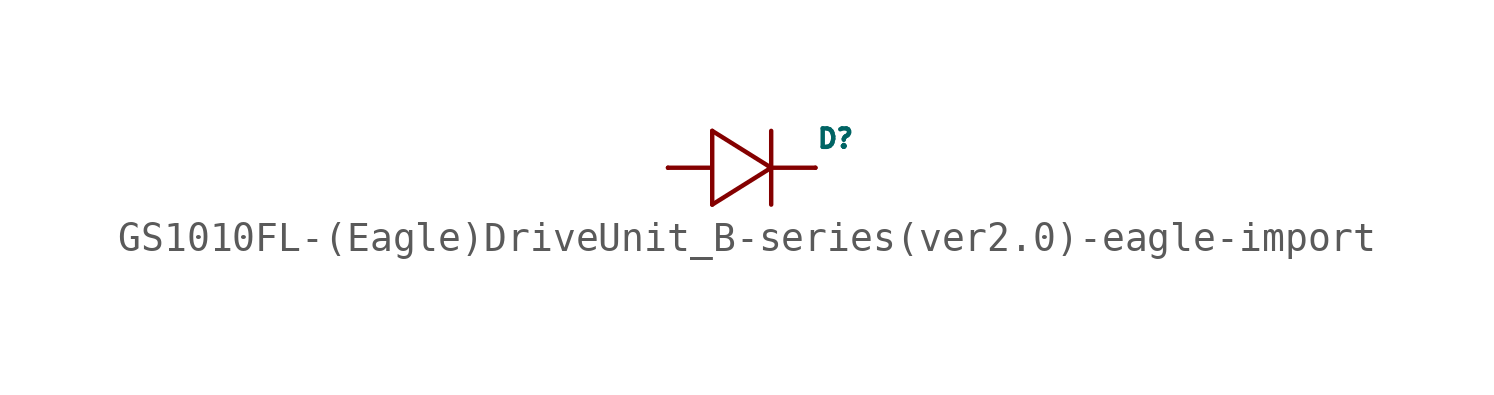
<source format=kicad_sym>
(kicad_symbol_lib
  (version 20220914)
  (generator kicad_symbol_editor)
  (symbol "GS1010FL-(Eagle)DriveUnit_B-series(ver2.0)-eagle-import"
    (pin_names
      (offset 1.016))
    (property "Reference" "D"
      (at 2.54 0.635 0)
      (effects (font (size 0.635 0.635)) (justify left bottom)))
    (property "ki_locked" ""
      (at 0 0 0)
      (effects (font (size 1.27 1.27))))
    (symbol "GS1010FL-(Eagle)DriveUnit_B-series(ver2.0)-eagle-import_1_0"
      (polyline (pts (xy -1.092 0) (xy -2.54 0)) (stroke (width 0) (type solid)) (fill (type none)))
      (polyline (pts (xy -1.016 -1.27) (xy 1.016 0)) (stroke (width 0) (type solid)) (fill (type none)))
      (polyline (pts (xy -1.016 1.27) (xy -1.016 -1.27)) (stroke (width 0) (type solid)) (fill (type none)))
      (polyline (pts (xy 0.94 0) (xy 2.54 0)) (stroke (width 0) (type solid)) (fill (type none)))
      (polyline (pts (xy 1.016 0) (xy -1.016 1.27)) (stroke (width 0) (type solid)) (fill (type none)))
      (polyline (pts (xy 1.016 0) (xy 1.016 -1.27)) (stroke (width 0) (type solid)) (fill (type none)))
      (polyline (pts (xy 1.016 1.27) (xy 1.016 0)) (stroke (width 0) (type solid)) (fill (type none)))
      (pin passive line (at -2.54 0 0) (length 0) (name "A" (effects (font (size 0 0)))) (number "A" (effects (font (size 0 0)))))
      (pin passive line (at 2.54 0 180) (length 0) (name "C" (effects (font (size 0 0)))) (number "C" (effects (font (size 0 0))))))))
</source>
